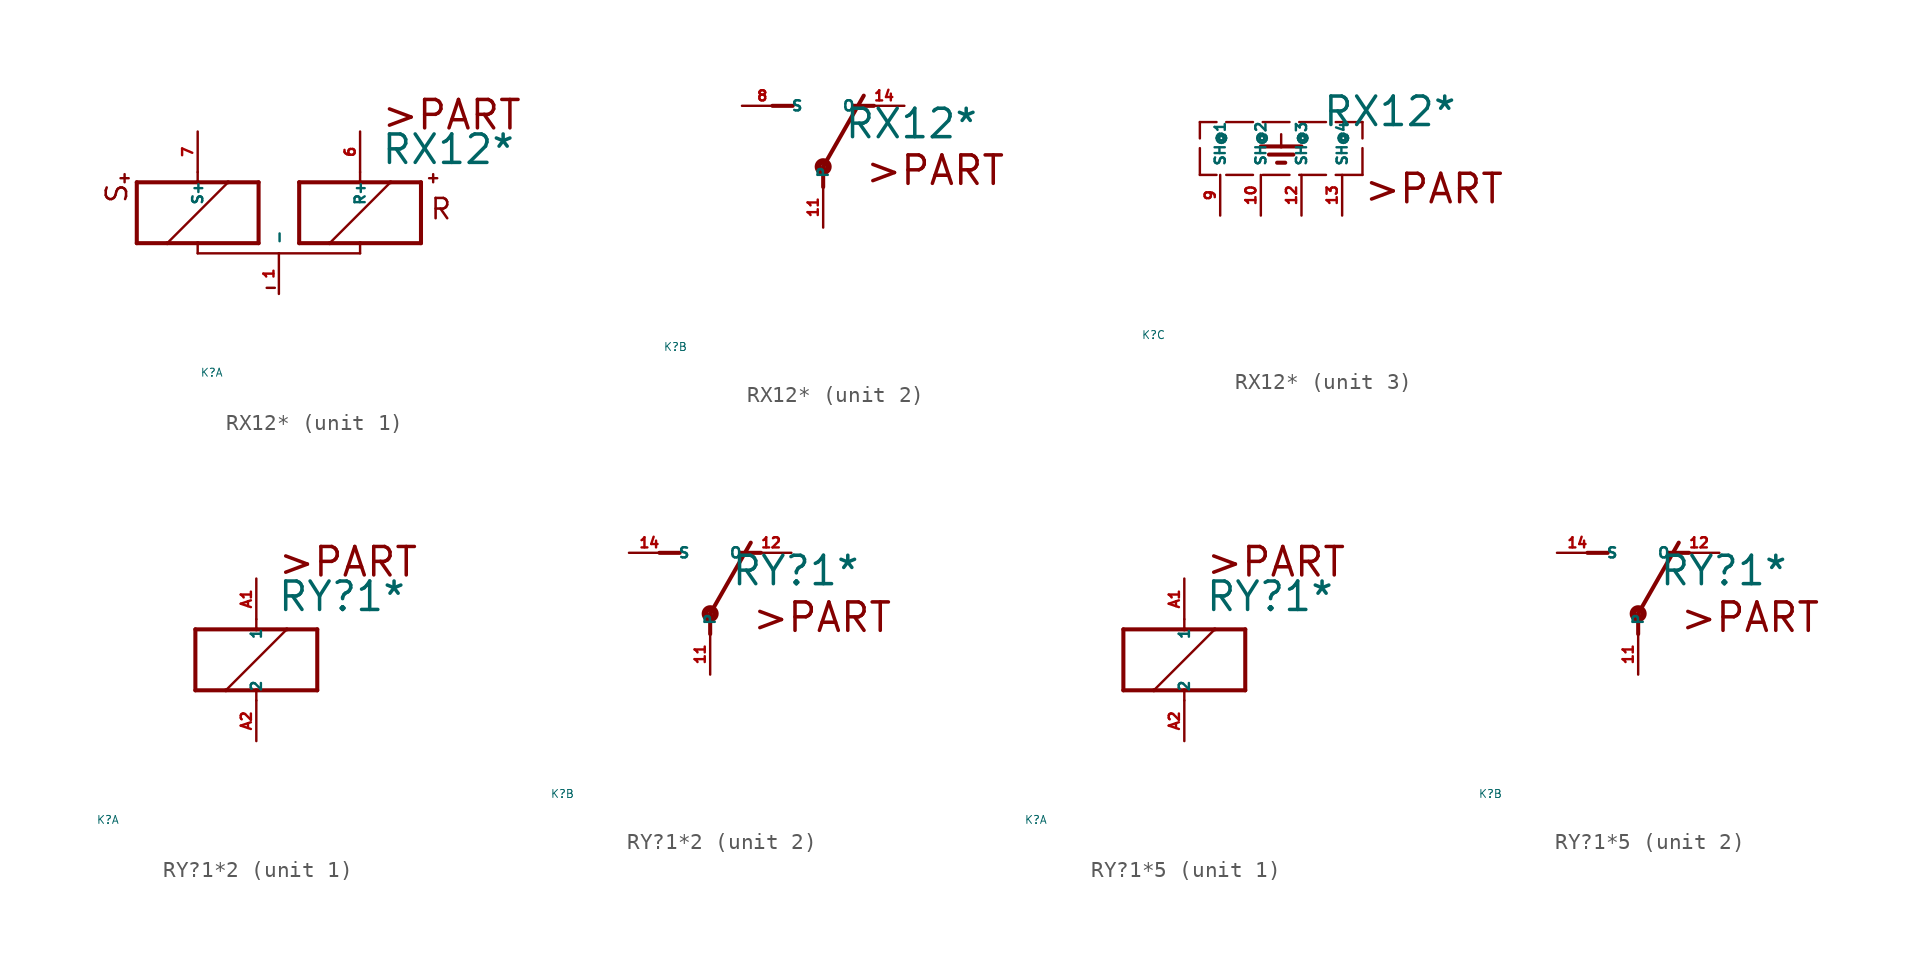
<source format=kicad_sym>
(kicad_symbol_lib
  (version 20220914)
  (generator Eagle2Kicad)
  (symbol "RX12*"
    (property "Reference" "K"
      (at -10 -10 0)
      (effects (font (size 0.5 0.5) (thickness 0.06)) (justify left)))
    (property "Value" "RX12*"
      (at 1.27 2.921 0)
      (effects (font (size 1.778 1.778) (thickness 0.22)) (justify left bottom)))
    (symbol "RX12*_1_0"
      (polyline (pts (xy -3.81 -1.905) (xy -1.905 -1.905)) (stroke (width 0.254) (type default)) (fill (type none)))
      (polyline (pts (xy 3.81 -1.905) (xy 3.81 1.905)) (stroke (width 0.254) (type default)) (fill (type none)))
      (polyline (pts (xy 3.81 1.905) (xy 1.905 1.905)) (stroke (width 0.254) (type default)) (fill (type none)))
      (polyline (pts (xy -3.81 1.905) (xy -3.81 -1.905)) (stroke (width 0.254) (type default)) (fill (type none)))
      (polyline (pts (xy -5.08 -2.54) (xy 0 -2.54)) (stroke (width 0.152) (type default)) (fill (type none)))
      (polyline (pts (xy 0 -2.54) (xy 0 -1.905)) (stroke (width 0.152) (type default)) (fill (type none)))
      (polyline (pts (xy 0 -1.905) (xy 3.81 -1.905)) (stroke (width 0.254) (type default)) (fill (type none)))
      (polyline (pts (xy 0 2.54) (xy 0 1.905)) (stroke (width 0.152) (type default)) (fill (type none)))
      (polyline (pts (xy 0 1.905) (xy -3.81 1.905)) (stroke (width 0.254) (type default)) (fill (type none)))
      (polyline (pts (xy -1.905 -1.905) (xy 1.905 1.905)) (stroke (width 0.152) (type default)) (fill (type none)))
      (polyline (pts (xy -1.905 -1.905) (xy 0 -1.905)) (stroke (width 0.254) (type default)) (fill (type none)))
      (polyline (pts (xy 1.905 1.905) (xy 0 1.905)) (stroke (width 0.254) (type default)) (fill (type none)))
      (polyline (pts (xy -14.478 2.159) (xy -14.986 2.159)) (stroke (width 0.152) (type default)) (fill (type none)))
      (polyline (pts (xy -14.732 2.413) (xy -14.732 1.905)) (stroke (width 0.152) (type default)) (fill (type none)))
      (polyline (pts (xy -5.842 -4.699) (xy -5.334 -4.699)) (stroke (width 0.152) (type default)) (fill (type none)))
      (polyline (pts (xy -6.35 1.905) (xy -8.255 1.905)) (stroke (width 0.254) (type default)) (fill (type none)))
      (polyline (pts (xy -13.97 1.905) (xy -13.97 -1.905)) (stroke (width 0.254) (type default)) (fill (type none)))
      (polyline (pts (xy -13.97 -1.905) (xy -12.065 -1.905)) (stroke (width 0.254) (type default)) (fill (type none)))
      (polyline (pts (xy -6.35 -1.905) (xy -6.35 1.905)) (stroke (width 0.254) (type default)) (fill (type none)))
      (polyline (pts (xy -10.16 2.54) (xy -10.16 1.905)) (stroke (width 0.152) (type default)) (fill (type none)))
      (polyline (pts (xy -10.16 1.905) (xy -13.97 1.905)) (stroke (width 0.254) (type default)) (fill (type none)))
      (polyline (pts (xy -5.08 -2.54) (xy -10.16 -2.54)) (stroke (width 0.152) (type default)) (fill (type none)))
      (polyline (pts (xy -10.16 -2.54) (xy -10.16 -1.905)) (stroke (width 0.152) (type default)) (fill (type none)))
      (polyline (pts (xy -10.16 -1.905) (xy -6.35 -1.905)) (stroke (width 0.254) (type default)) (fill (type none)))
      (polyline (pts (xy -8.255 1.905) (xy -12.065 -1.905)) (stroke (width 0.152) (type default)) (fill (type none)))
      (polyline (pts (xy -8.255 1.905) (xy -10.16 1.905)) (stroke (width 0.254) (type default)) (fill (type none)))
      (polyline (pts (xy -12.065 -1.905) (xy -10.16 -1.905)) (stroke (width 0.254) (type default)) (fill (type none)))
      (polyline (pts (xy 4.318 2.159) (xy 4.826 2.159)) (stroke (width 0.152) (type default)) (fill (type none)))
      (polyline (pts (xy 4.572 2.413) (xy 4.572 1.905)) (stroke (width 0.152) (type default)) (fill (type none)))
      (text ">PART" (at 1.27 5.08 0) (effects (font (size 1.778 1.778) (thickness 0.22)) (justify left bottom)))
      (text "R" (at 4.318 -0.508 0) (effects (font (size 1.27 1.27) (thickness 0.16)) (justify left bottom)))
      (text "S" (at -14.478 0.508 1800) (effects (font (size 1.27 1.27) (thickness 0.16)) (justify left bottom)))
      (pin passive line (at -5.08 -5.08 90) (length 2.54) (name "-" (effects (font (size 0.635 0.635) (thickness 0.08)) (justify left bottom))) (number "1" (effects (font (size 0.635 0.635) (thickness 0.08)) (justify left bottom))))
      (pin passive line (at 0 5.08 270) (length 2.54) (name "R+" (effects (font (size 0.635 0.635) (thickness 0.08)) (justify left bottom))) (number "6" (effects (font (size 0.635 0.635) (thickness 0.08)) (justify left bottom))))
      (pin passive line (at -10.16 5.08 270) (length 2.54) (name "S+" (effects (font (size 0.635 0.635) (thickness 0.08)) (justify left bottom))) (number "7" (effects (font (size 0.635 0.635) (thickness 0.08)) (justify left bottom)))))
    (symbol "RX12*_2_0"
      (polyline (pts (xy 3.175 5.08) (xy 1.905 5.08)) (stroke (width 0.254) (type default)) (fill (type none)))
      (polyline (pts (xy -3.175 5.08) (xy -1.905 5.08)) (stroke (width 0.254) (type default)) (fill (type none)))
      (polyline (pts (xy 0 1.27) (xy 2.54 5.715)) (stroke (width 0.254) (type default)) (fill (type none)))
      (polyline (pts (xy 0 1.27) (xy 0 0)) (stroke (width 0.254) (type default)) (fill (type none)))
      (text ">PART" (at 2.54 0 0) (effects (font (size 1.778 1.778) (thickness 0.22)) (justify left bottom)))
      (circle (center 0 1.27) (radius 0.127) (stroke (width 0.406) (type default)) (fill (type none)))
      (pin passive line (at 5.08 5.08 180) (length 2.54) (name "O" (effects (font (size 0.635 0.635) (thickness 0.08)) (justify left bottom))) (number "14" (effects (font (size 0.635 0.635) (thickness 0.08)) (justify left bottom))))
      (pin passive line (at -5.08 5.08 0) (length 2.54) (name "S" (effects (font (size 0.635 0.635) (thickness 0.08)) (justify left bottom))) (number "8" (effects (font (size 0.635 0.635) (thickness 0.08)) (justify left bottom))))
      (pin passive line (at 0 -2.54 90) (length 2.54) (name "P" (effects (font (size 0.635 0.635) (thickness 0.08)) (justify left bottom))) (number "11" (effects (font (size 0.635 0.635) (thickness 0.08)) (justify left bottom)))))
    (symbol "RX12*_3_0"
      (polyline (pts (xy 3.81 0) (xy -6.35 0)) (stroke (width 0.152) (type dash)) (fill (type none)))
      (polyline (pts (xy -1.27 2.54) (xy -1.27 1.778)) (stroke (width 0.152) (type default)) (fill (type none)))
      (polyline (pts (xy -2.54 1.778) (xy -1.27 1.778)) (stroke (width 0.254) (type default)) (fill (type none)))
      (polyline (pts (xy -1.27 1.778) (xy 0 1.778)) (stroke (width 0.254) (type default)) (fill (type none)))
      (polyline (pts (xy -2.032 1.27) (xy -0.508 1.27)) (stroke (width 0.254) (type default)) (fill (type none)))
      (polyline (pts (xy -1.524 0.762) (xy -1.016 0.762)) (stroke (width 0.254) (type default)) (fill (type none)))
      (polyline (pts (xy 3.81 0) (xy 3.81 3.302)) (stroke (width 0.152) (type dash)) (fill (type none)))
      (polyline (pts (xy 3.81 3.302) (xy -6.35 3.302)) (stroke (width 0.152) (type dash)) (fill (type none)))
      (polyline (pts (xy -6.35 0) (xy -6.35 3.302)) (stroke (width 0.152) (type dash)) (fill (type none)))
      (text ">PART" (at 3.81 -1.905 0) (effects (font (size 1.778 1.778) (thickness 0.22)) (justify left bottom)))
      (pin passive line (at 0 -2.54 90) (length 2.54) (name "SH@3" (effects (font (size 0.635 0.635) (thickness 0.08)) (justify left bottom))) (number "12" (effects (font (size 0.635 0.635) (thickness 0.08)) (justify left bottom))))
      (pin passive line (at -5.08 -2.54 90) (length 2.54) (name "SH@1" (effects (font (size 0.635 0.635) (thickness 0.08)) (justify left bottom))) (number "9" (effects (font (size 0.635 0.635) (thickness 0.08)) (justify left bottom))))
      (pin passive line (at -2.54 -2.54 90) (length 2.54) (name "SH@2" (effects (font (size 0.635 0.635) (thickness 0.08)) (justify left bottom))) (number "10" (effects (font (size 0.635 0.635) (thickness 0.08)) (justify left bottom))))
      (pin passive line (at 2.54 -2.54 90) (length 2.54) (name "SH@4" (effects (font (size 0.635 0.635) (thickness 0.08)) (justify left bottom))) (number "13" (effects (font (size 0.635 0.635) (thickness 0.08)) (justify left bottom))))))
  (symbol "RY?1*2"
    (property "Reference" "K"
      (at -10 -10 0)
      (effects (font (size 0.5 0.5) (thickness 0.06)) (justify left)))
    (property "Value" "RY?1*"
      (at 1.27 2.921 0)
      (effects (font (size 1.778 1.778) (thickness 0.22)) (justify left bottom)))
    (symbol "RY?1*2_1_0"
      (polyline (pts (xy -3.81 -1.905) (xy -1.905 -1.905)) (stroke (width 0.254) (type default)) (fill (type none)))
      (polyline (pts (xy 3.81 -1.905) (xy 3.81 1.905)) (stroke (width 0.254) (type default)) (fill (type none)))
      (polyline (pts (xy 3.81 1.905) (xy 1.905 1.905)) (stroke (width 0.254) (type default)) (fill (type none)))
      (polyline (pts (xy -3.81 1.905) (xy -3.81 -1.905)) (stroke (width 0.254) (type default)) (fill (type none)))
      (polyline (pts (xy 0 -2.54) (xy 0 -1.905)) (stroke (width 0.152) (type default)) (fill (type none)))
      (polyline (pts (xy 0 -1.905) (xy 3.81 -1.905)) (stroke (width 0.254) (type default)) (fill (type none)))
      (polyline (pts (xy 0 2.54) (xy 0 1.905)) (stroke (width 0.152) (type default)) (fill (type none)))
      (polyline (pts (xy 0 1.905) (xy -3.81 1.905)) (stroke (width 0.254) (type default)) (fill (type none)))
      (polyline (pts (xy -1.905 -1.905) (xy 1.905 1.905)) (stroke (width 0.152) (type default)) (fill (type none)))
      (polyline (pts (xy -1.905 -1.905) (xy 0 -1.905)) (stroke (width 0.254) (type default)) (fill (type none)))
      (polyline (pts (xy 1.905 1.905) (xy 0 1.905)) (stroke (width 0.254) (type default)) (fill (type none)))
      (text ">PART" (at 1.27 5.08 0) (effects (font (size 1.778 1.778) (thickness 0.22)) (justify left bottom)))
      (pin passive line (at 0 -5.08 90) (length 2.54) (name "2" (effects (font (size 0.635 0.635) (thickness 0.08)) (justify left bottom))) (number "A2" (effects (font (size 0.635 0.635) (thickness 0.08)) (justify left bottom))))
      (pin passive line (at 0 5.08 270) (length 2.54) (name "1" (effects (font (size 0.635 0.635) (thickness 0.08)) (justify left bottom))) (number "A1" (effects (font (size 0.635 0.635) (thickness 0.08)) (justify left bottom)))))
    (symbol "RY?1*2_2_0"
      (polyline (pts (xy 3.175 5.08) (xy 1.905 5.08)) (stroke (width 0.254) (type default)) (fill (type none)))
      (polyline (pts (xy -3.175 5.08) (xy -1.905 5.08)) (stroke (width 0.254) (type default)) (fill (type none)))
      (polyline (pts (xy 0 1.27) (xy 2.54 5.715)) (stroke (width 0.254) (type default)) (fill (type none)))
      (polyline (pts (xy 0 1.27) (xy 0 0)) (stroke (width 0.254) (type default)) (fill (type none)))
      (text ">PART" (at 2.54 0 0) (effects (font (size 1.778 1.778) (thickness 0.22)) (justify left bottom)))
      (circle (center 0 1.27) (radius 0.127) (stroke (width 0.406) (type default)) (fill (type none)))
      (pin passive line (at 5.08 5.08 180) (length 2.54) (name "O" (effects (font (size 0.635 0.635) (thickness 0.08)) (justify left bottom))) (number "12" (effects (font (size 0.635 0.635) (thickness 0.08)) (justify left bottom))))
      (pin passive line (at -5.08 5.08 0) (length 2.54) (name "S" (effects (font (size 0.635 0.635) (thickness 0.08)) (justify left bottom))) (number "14" (effects (font (size 0.635 0.635) (thickness 0.08)) (justify left bottom))))
      (pin passive line (at 0 -2.54 90) (length 2.54) (name "P" (effects (font (size 0.635 0.635) (thickness 0.08)) (justify left bottom))) (number "11" (effects (font (size 0.635 0.635) (thickness 0.08)) (justify left bottom))))))
  (symbol "RY?1*5"
    (property "Reference" "K"
      (at -10 -10 0)
      (effects (font (size 0.5 0.5) (thickness 0.06)) (justify left)))
    (property "Value" "RY?1*"
      (at 1.27 2.921 0)
      (effects (font (size 1.778 1.778) (thickness 0.22)) (justify left bottom)))
    (symbol "RY?1*5_1_0"
      (polyline (pts (xy -3.81 -1.905) (xy -1.905 -1.905)) (stroke (width 0.254) (type default)) (fill (type none)))
      (polyline (pts (xy 3.81 -1.905) (xy 3.81 1.905)) (stroke (width 0.254) (type default)) (fill (type none)))
      (polyline (pts (xy 3.81 1.905) (xy 1.905 1.905)) (stroke (width 0.254) (type default)) (fill (type none)))
      (polyline (pts (xy -3.81 1.905) (xy -3.81 -1.905)) (stroke (width 0.254) (type default)) (fill (type none)))
      (polyline (pts (xy 0 -2.54) (xy 0 -1.905)) (stroke (width 0.152) (type default)) (fill (type none)))
      (polyline (pts (xy 0 -1.905) (xy 3.81 -1.905)) (stroke (width 0.254) (type default)) (fill (type none)))
      (polyline (pts (xy 0 2.54) (xy 0 1.905)) (stroke (width 0.152) (type default)) (fill (type none)))
      (polyline (pts (xy 0 1.905) (xy -3.81 1.905)) (stroke (width 0.254) (type default)) (fill (type none)))
      (polyline (pts (xy -1.905 -1.905) (xy 1.905 1.905)) (stroke (width 0.152) (type default)) (fill (type none)))
      (polyline (pts (xy -1.905 -1.905) (xy 0 -1.905)) (stroke (width 0.254) (type default)) (fill (type none)))
      (polyline (pts (xy 1.905 1.905) (xy 0 1.905)) (stroke (width 0.254) (type default)) (fill (type none)))
      (text ">PART" (at 1.27 5.08 0) (effects (font (size 1.778 1.778) (thickness 0.22)) (justify left bottom)))
      (pin passive line (at 0 -5.08 90) (length 2.54) (name "2" (effects (font (size 0.635 0.635) (thickness 0.08)) (justify left bottom))) (number "A2" (effects (font (size 0.635 0.635) (thickness 0.08)) (justify left bottom))))
      (pin passive line (at 0 5.08 270) (length 2.54) (name "1" (effects (font (size 0.635 0.635) (thickness 0.08)) (justify left bottom))) (number "A1" (effects (font (size 0.635 0.635) (thickness 0.08)) (justify left bottom)))))
    (symbol "RY?1*5_2_0"
      (polyline (pts (xy 3.175 5.08) (xy 1.905 5.08)) (stroke (width 0.254) (type default)) (fill (type none)))
      (polyline (pts (xy -3.175 5.08) (xy -1.905 5.08)) (stroke (width 0.254) (type default)) (fill (type none)))
      (polyline (pts (xy 0 1.27) (xy 2.54 5.715)) (stroke (width 0.254) (type default)) (fill (type none)))
      (polyline (pts (xy 0 1.27) (xy 0 0)) (stroke (width 0.254) (type default)) (fill (type none)))
      (text ">PART" (at 2.54 0 0) (effects (font (size 1.778 1.778) (thickness 0.22)) (justify left bottom)))
      (circle (center 0 1.27) (radius 0.127) (stroke (width 0.406) (type default)) (fill (type none)))
      (pin passive line (at 5.08 5.08 180) (length 2.54) (name "O" (effects (font (size 0.635 0.635) (thickness 0.08)) (justify left bottom))) (number "12" (effects (font (size 0.635 0.635) (thickness 0.08)) (justify left bottom))))
      (pin passive line (at -5.08 5.08 0) (length 2.54) (name "S" (effects (font (size 0.635 0.635) (thickness 0.08)) (justify left bottom))) (number "14" (effects (font (size 0.635 0.635) (thickness 0.08)) (justify left bottom))))
      (pin passive line (at 0 -2.54 90) (length 2.54) (name "P" (effects (font (size 0.635 0.635) (thickness 0.08)) (justify left bottom))) (number "11" (effects (font (size 0.635 0.635) (thickness 0.08)) (justify left bottom)))))))
</source>
